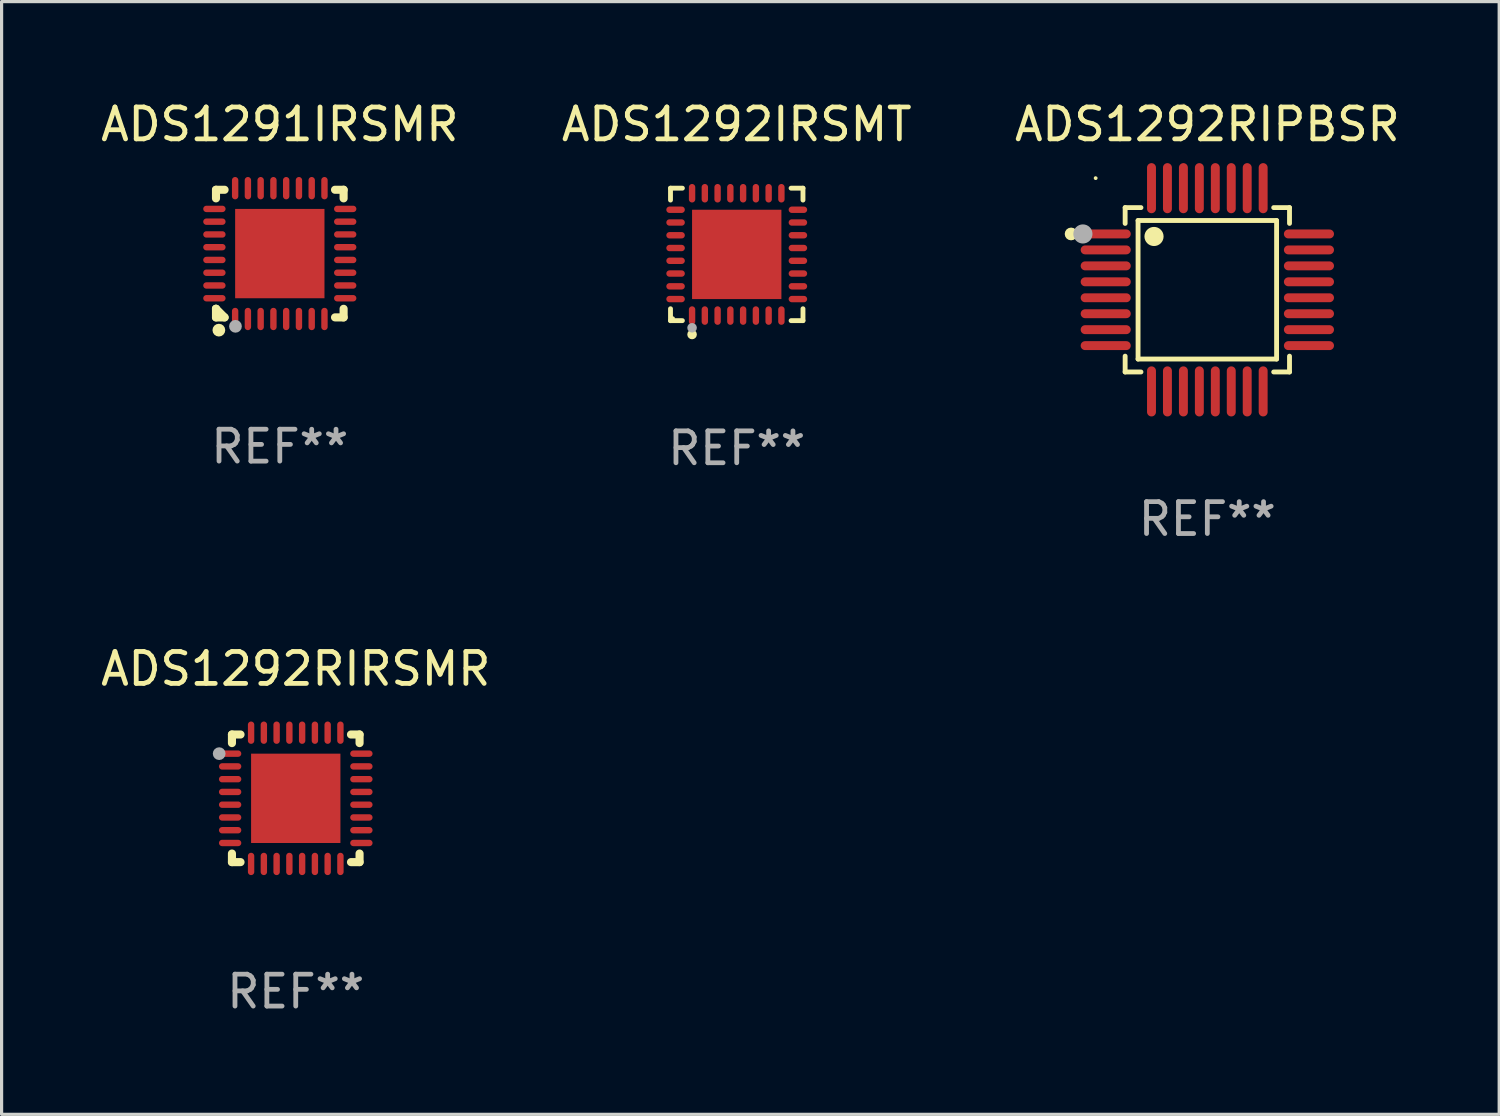
<source format=kicad_pcb>
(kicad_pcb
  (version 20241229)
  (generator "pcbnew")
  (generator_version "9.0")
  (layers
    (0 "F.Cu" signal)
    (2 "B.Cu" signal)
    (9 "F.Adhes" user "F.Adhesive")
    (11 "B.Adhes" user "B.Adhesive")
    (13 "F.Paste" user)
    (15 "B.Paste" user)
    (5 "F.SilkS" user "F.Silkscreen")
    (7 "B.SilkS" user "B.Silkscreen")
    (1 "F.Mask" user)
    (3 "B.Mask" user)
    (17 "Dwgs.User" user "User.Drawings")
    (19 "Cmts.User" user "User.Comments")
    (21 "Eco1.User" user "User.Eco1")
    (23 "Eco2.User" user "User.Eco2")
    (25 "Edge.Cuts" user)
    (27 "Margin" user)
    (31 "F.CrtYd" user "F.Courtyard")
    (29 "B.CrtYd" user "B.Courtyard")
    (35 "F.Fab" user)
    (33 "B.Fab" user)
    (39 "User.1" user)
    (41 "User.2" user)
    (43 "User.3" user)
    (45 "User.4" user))
  (footprint "ADS1291IRSMR"
    (layer "F.Cu")
    (at 5.72 4.898)
    (property "Reference" "ADS1291IRSMR" (at 0 -4.05 0) (layer "F.SilkS") (effects (font (size 1 1) (thickness 0.15))))
    (attr through_hole)
    (fp_line (start -2 -2) (end -1.731 -2) (stroke (width 0.254) (type solid)) (layer "F.SilkS"))
    (fp_line (start -2 -1.731) (end -2 -2) (stroke (width 0.254) (type solid)) (layer "F.SilkS"))
    (fp_line (start -2 1.731) (end -2 1.731) (stroke (width 0.254) (type solid)) (layer "F.SilkS"))
    (fp_line (start -2 2) (end -2 1.731) (stroke (width 0.254) (type solid)) (layer "F.SilkS"))
    (fp_line (start -2 1.731) (end -1.731 2) (stroke (width 0.254) (type solid)) (layer "F.SilkS"))
    (fp_line (start -1.731 2) (end -2 2) (stroke (width 0.254) (type solid)) (layer "F.SilkS"))
    (fp_line (start 1.731 -2) (end 2 -2) (stroke (width 0.254) (type solid)) (layer "F.SilkS"))
    (fp_line (start 2 -2) (end 2 -1.731) (stroke (width 0.254) (type solid)) (layer "F.SilkS"))
    (fp_line (start 2 1.731) (end 2 2) (stroke (width 0.254) (type solid)) (layer "F.SilkS"))
    (fp_line (start 2 2) (end 1.731 2) (stroke (width 0.254) (type solid)) (layer "F.SilkS"))
    (fp_circle (center -2 2) (end -1.97 2) (stroke (width 0.06) (type solid)) (fill no) (layer "F.SilkS"))
    (fp_circle (center -1.91 2.4) (end -1.81 2.4) (stroke (width 0.2) (type solid)) (fill no) (layer "F.SilkS"))
    (fp_circle (center -1.39 2.28) (end -1.29 2.28) (stroke (width 0.2) (type solid)) (fill no) (layer "F.Fab"))
    (fp_text user "REF**" (at 0 6.05 0) (layer "F.Fab") (effects (font (size 1 1) (thickness 0.15))))
    (pad "1" smd oval (at -1.4 2.05) (size 0.2 0.7) (layers "F.Cu" "F.Mask" "F.Paste"))
    (pad "2" smd oval (at -1 2.05) (size 0.2 0.7) (layers "F.Cu" "F.Mask" "F.Paste"))
    (pad "3" smd oval (at -0.6 2.05) (size 0.2 0.7) (layers "F.Cu" "F.Mask" "F.Paste"))
    (pad "4" smd oval (at -0.2 2.05) (size 0.2 0.7) (layers "F.Cu" "F.Mask" "F.Paste"))
    (pad "5" smd oval (at 0.2 2.05) (size 0.2 0.7) (layers "F.Cu" "F.Mask" "F.Paste"))
    (pad "6" smd oval (at 0.6 2.05) (size 0.2 0.7) (layers "F.Cu" "F.Mask" "F.Paste"))
    (pad "7" smd oval (at 1 2.05) (size 0.2 0.7) (layers "F.Cu" "F.Mask" "F.Paste"))
    (pad "8" smd oval (at 1.4 2.05) (size 0.2 0.7) (layers "F.Cu" "F.Mask" "F.Paste"))
    (pad "9" smd oval (at 2.05 1.4) (size 0.7 0.2) (layers "F.Cu" "F.Mask" "F.Paste"))
    (pad "10" smd oval (at 2.05 1) (size 0.7 0.2) (layers "F.Cu" "F.Mask" "F.Paste"))
    (pad "11" smd oval (at 2.05 0.6) (size 0.7 0.2) (layers "F.Cu" "F.Mask" "F.Paste"))
    (pad "12" smd oval (at 2.05 0.2) (size 0.7 0.2) (layers "F.Cu" "F.Mask" "F.Paste"))
    (pad "13" smd oval (at 2.05 -0.2) (size 0.7 0.2) (layers "F.Cu" "F.Mask" "F.Paste"))
    (pad "14" smd oval (at 2.05 -0.6) (size 0.7 0.2) (layers "F.Cu" "F.Mask" "F.Paste"))
    (pad "15" smd oval (at 2.05 -1) (size 0.7 0.2) (layers "F.Cu" "F.Mask" "F.Paste"))
    (pad "16" smd oval (at 2.05 -1.4) (size 0.7 0.2) (layers "F.Cu" "F.Mask" "F.Paste"))
    (pad "17" smd oval (at 1.4 -2.05) (size 0.2 0.7) (layers "F.Cu" "F.Mask" "F.Paste"))
    (pad "18" smd oval (at 1 -2.05) (size 0.2 0.7) (layers "F.Cu" "F.Mask" "F.Paste"))
    (pad "19" smd oval (at 0.6 -2.05) (size 0.2 0.7) (layers "F.Cu" "F.Mask" "F.Paste"))
    (pad "20" smd oval (at 0.2 -2.05) (size 0.2 0.7) (layers "F.Cu" "F.Mask" "F.Paste"))
    (pad "21" smd oval (at -0.2 -2.05) (size 0.2 0.7) (layers "F.Cu" "F.Mask" "F.Paste"))
    (pad "22" smd oval (at -0.6 -2.05) (size 0.2 0.7) (layers "F.Cu" "F.Mask" "F.Paste"))
    (pad "23" smd oval (at -1 -2.05) (size 0.2 0.7) (layers "F.Cu" "F.Mask" "F.Paste"))
    (pad "24" smd oval (at -1.4 -2.05) (size 0.2 0.7) (layers "F.Cu" "F.Mask" "F.Paste"))
    (pad "25" smd oval (at -2.05 -1.4) (size 0.7 0.2) (layers "F.Cu" "F.Mask" "F.Paste"))
    (pad "26" smd oval (at -2.05 -1) (size 0.7 0.2) (layers "F.Cu" "F.Mask" "F.Paste"))
    (pad "27" smd oval (at -2.05 -0.6) (size 0.7 0.2) (layers "F.Cu" "F.Mask" "F.Paste"))
    (pad "28" smd oval (at -2.05 -0.2) (size 0.7 0.2) (layers "F.Cu" "F.Mask" "F.Paste"))
    (pad "29" smd oval (at -2.05 0.2) (size 0.7 0.2) (layers "F.Cu" "F.Mask" "F.Paste"))
    (pad "30" smd oval (at -2.05 0.6) (size 0.7 0.2) (layers "F.Cu" "F.Mask" "F.Paste"))
    (pad "31" smd oval (at -2.05 1) (size 0.7 0.2) (layers "F.Cu" "F.Mask" "F.Paste"))
    (pad "32" smd oval (at -2.05 1.4) (size 0.7 0.2) (layers "F.Cu" "F.Mask" "F.Paste"))
    (pad "33" smd rect (at 0.000254 0.000254) (size 2.8 2.8) (layers "F.Cu" "F.Mask" "F.Paste")))
  (footprint "ADS1292IRSMT"
    (layer "F.Cu")
    (at 20.042 4.924)
    (property "Reference" "ADS1292IRSMT" (at 0 -4.076 0) (layer "F.SilkS") (effects (font (size 1 1) (thickness 0.15))))
    (attr through_hole)
    (fp_line (start -2.076 -2.076) (end -1.703 -2.076) (stroke (width 0.152) (type solid)) (layer "F.SilkS"))
    (fp_line (start -2.076 -1.703) (end -2.076 -2.076) (stroke (width 0.152) (type solid)) (layer "F.SilkS"))
    (fp_line (start -2.076 1.703) (end -2.076 2.076) (stroke (width 0.152) (type solid)) (layer "F.SilkS"))
    (fp_line (start -2.076 2.076) (end -1.703 2.076) (stroke (width 0.152) (type solid)) (layer "F.SilkS"))
    (fp_line (start 2.076 -2.076) (end 1.703 -2.076) (stroke (width 0.152) (type solid)) (layer "F.SilkS"))
    (fp_line (start 2.076 -1.703) (end 2.076 -2.076) (stroke (width 0.152) (type solid)) (layer "F.SilkS"))
    (fp_line (start 2.076 1.703) (end 2.076 2.076) (stroke (width 0.152) (type solid)) (layer "F.SilkS"))
    (fp_line (start 2.076 2.076) (end 1.703 2.076) (stroke (width 0.152) (type solid)) (layer "F.SilkS"))
    (fp_circle (center -2 2) (end -1.97 2) (stroke (width 0.06) (type solid)) (fill no) (layer "F.SilkS"))
    (fp_circle (center -1.4 2.51) (end -1.325 2.51) (stroke (width 0.15) (type solid)) (fill no) (layer "F.SilkS"))
    (fp_circle (center -1.4 2.3) (end -1.325 2.3) (stroke (width 0.15) (type solid)) (fill no) (layer "F.Fab"))
    (fp_text user "REF**" (at 0 6.076 0) (layer "F.Fab") (effects (font (size 1 1) (thickness 0.15))))
    (pad "1" smd oval (at -1.4 1.917) (size 0.2 0.58) (layers "F.Cu" "F.Mask" "F.Paste"))
    (pad "2" smd oval (at -1 1.917) (size 0.2 0.58) (layers "F.Cu" "F.Mask" "F.Paste"))
    (pad "3" smd oval (at -0.6 1.917) (size 0.2 0.58) (layers "F.Cu" "F.Mask" "F.Paste"))
    (pad "4" smd oval (at -0.2 1.917) (size 0.2 0.58) (layers "F.Cu" "F.Mask" "F.Paste"))
    (pad "5" smd oval (at 0.2 1.917) (size 0.2 0.58) (layers "F.Cu" "F.Mask" "F.Paste"))
    (pad "6" smd oval (at 0.6 1.917) (size 0.2 0.58) (layers "F.Cu" "F.Mask" "F.Paste"))
    (pad "7" smd oval (at 1 1.917) (size 0.2 0.58) (layers "F.Cu" "F.Mask" "F.Paste"))
    (pad "8" smd oval (at 1.4 1.917) (size 0.2 0.58) (layers "F.Cu" "F.Mask" "F.Paste"))
    (pad "9" smd oval (at 1.917 1.4) (size 0.58 0.2) (layers "F.Cu" "F.Mask" "F.Paste"))
    (pad "10" smd oval (at 1.917 1) (size 0.58 0.2) (layers "F.Cu" "F.Mask" "F.Paste"))
    (pad "11" smd oval (at 1.917 0.6) (size 0.58 0.2) (layers "F.Cu" "F.Mask" "F.Paste"))
    (pad "12" smd oval (at 1.917 0.2) (size 0.58 0.2) (layers "F.Cu" "F.Mask" "F.Paste"))
    (pad "13" smd oval (at 1.917 -0.2) (size 0.58 0.2) (layers "F.Cu" "F.Mask" "F.Paste"))
    (pad "14" smd oval (at 1.917 -0.6) (size 0.58 0.2) (layers "F.Cu" "F.Mask" "F.Paste"))
    (pad "15" smd oval (at 1.917 -1) (size 0.58 0.2) (layers "F.Cu" "F.Mask" "F.Paste"))
    (pad "16" smd oval (at 1.917 -1.4) (size 0.58 0.2) (layers "F.Cu" "F.Mask" "F.Paste"))
    (pad "17" smd oval (at 1.4 -1.917) (size 0.2 0.58) (layers "F.Cu" "F.Mask" "F.Paste"))
    (pad "18" smd oval (at 1 -1.917) (size 0.2 0.58) (layers "F.Cu" "F.Mask" "F.Paste"))
    (pad "19" smd oval (at 0.6 -1.917) (size 0.2 0.58) (layers "F.Cu" "F.Mask" "F.Paste"))
    (pad "20" smd oval (at 0.2 -1.917) (size 0.2 0.58) (layers "F.Cu" "F.Mask" "F.Paste"))
    (pad "21" smd oval (at -0.2 -1.917) (size 0.2 0.58) (layers "F.Cu" "F.Mask" "F.Paste"))
    (pad "22" smd oval (at -0.6 -1.917) (size 0.2 0.58) (layers "F.Cu" "F.Mask" "F.Paste"))
    (pad "23" smd oval (at -1 -1.917) (size 0.2 0.58) (layers "F.Cu" "F.Mask" "F.Paste"))
    (pad "24" smd oval (at -1.4 -1.917) (size 0.2 0.58) (layers "F.Cu" "F.Mask" "F.Paste"))
    (pad "25" smd oval (at -1.917 -1.4) (size 0.58 0.2) (layers "F.Cu" "F.Mask" "F.Paste"))
    (pad "26" smd oval (at -1.917 -1) (size 0.58 0.2) (layers "F.Cu" "F.Mask" "F.Paste"))
    (pad "27" smd oval (at -1.917 -0.6) (size 0.58 0.2) (layers "F.Cu" "F.Mask" "F.Paste"))
    (pad "28" smd oval (at -1.917 -0.2) (size 0.58 0.2) (layers "F.Cu" "F.Mask" "F.Paste"))
    (pad "29" smd oval (at -1.917 0.2) (size 0.58 0.2) (layers "F.Cu" "F.Mask" "F.Paste"))
    (pad "30" smd oval (at -1.917 0.6) (size 0.58 0.2) (layers "F.Cu" "F.Mask" "F.Paste"))
    (pad "31" smd oval (at -1.917 1) (size 0.58 0.2) (layers "F.Cu" "F.Mask" "F.Paste"))
    (pad "32" smd oval (at -1.917 1.4) (size 0.58 0.2) (layers "F.Cu" "F.Mask" "F.Paste"))
    (pad "33" smd rect (at 0 0) (size 2.8 2.8) (layers "F.Cu" "F.Mask" "F.Paste")))
  (footprint "ADS1292RIRSMR"
    (layer "F.Cu")
    (at 6.22 21.972)
    (property "Reference" "ADS1292RIRSMR" (at 0 -4.057 0) (layer "F.SilkS") (effects (font (size 1 1) (thickness 0.15))))
    (attr through_hole)
    (fp_line (start -2 -2) (end -1.731 -2) (stroke (width 0.254) (type solid)) (layer "F.SilkS"))
    (fp_line (start -2 -1.731) (end -2 -2) (stroke (width 0.254) (type solid)) (layer "F.SilkS"))
    (fp_line (start -2 2) (end -2 1.731) (stroke (width 0.254) (type solid)) (layer "F.SilkS"))
    (fp_line (start -1.731 2) (end -2 2) (stroke (width 0.254) (type solid)) (layer "F.SilkS"))
    (fp_line (start 1.731 -2) (end 2 -2) (stroke (width 0.254) (type solid)) (layer "F.SilkS"))
    (fp_line (start 2 -2) (end 2 -1.731) (stroke (width 0.254) (type solid)) (layer "F.SilkS"))
    (fp_line (start 2 1.731) (end 2 2) (stroke (width 0.254) (type solid)) (layer "F.SilkS"))
    (fp_line (start 2 2) (end 1.731 2) (stroke (width 0.254) (type solid)) (layer "F.SilkS"))
    (fp_circle (center -2 -2) (end -1.97 -2) (stroke (width 0.06) (type solid)) (fill no) (layer "F.SilkS"))
    (fp_circle (center -2.4 -1.4) (end -2.3 -1.4) (stroke (width 0.2) (type solid)) (fill no) (layer "F.Fab"))
    (fp_text user "REF**" (at 0 6.057 0) (layer "F.Fab") (effects (font (size 1 1) (thickness 0.15))))
    (pad "1" smd oval (at -2.057 -1.4 270) (size 0.2 0.7) (layers "F.Cu" "F.Mask" "F.Paste"))
    (pad "2" smd oval (at -2.057 -1 270) (size 0.2 0.7) (layers "F.Cu" "F.Mask" "F.Paste"))
    (pad "3" smd oval (at -2.057 -0.6 270) (size 0.2 0.7) (layers "F.Cu" "F.Mask" "F.Paste"))
    (pad "4" smd oval (at -2.057 -0.2 270) (size 0.2 0.7) (layers "F.Cu" "F.Mask" "F.Paste"))
    (pad "5" smd oval (at -2.057 0.2 270) (size 0.2 0.7) (layers "F.Cu" "F.Mask" "F.Paste"))
    (pad "6" smd oval (at -2.057 0.6 270) (size 0.2 0.7) (layers "F.Cu" "F.Mask" "F.Paste"))
    (pad "7" smd oval (at -2.057 1 270) (size 0.2 0.7) (layers "F.Cu" "F.Mask" "F.Paste"))
    (pad "8" smd oval (at -2.057 1.4 270) (size 0.2 0.7) (layers "F.Cu" "F.Mask" "F.Paste"))
    (pad "9" smd oval (at -1.4 2.057 180) (size 0.2 0.7) (layers "F.Cu" "F.Mask" "F.Paste"))
    (pad "10" smd oval (at -1 2.057 180) (size 0.2 0.7) (layers "F.Cu" "F.Mask" "F.Paste"))
    (pad "11" smd oval (at -0.6 2.057 180) (size 0.2 0.7) (layers "F.Cu" "F.Mask" "F.Paste"))
    (pad "12" smd oval (at -0.2 2.057 180) (size 0.2 0.7) (layers "F.Cu" "F.Mask" "F.Paste"))
    (pad "13" smd oval (at 0.2 2.057 180) (size 0.2 0.7) (layers "F.Cu" "F.Mask" "F.Paste"))
    (pad "14" smd oval (at 0.6 2.057 180) (size 0.2 0.7) (layers "F.Cu" "F.Mask" "F.Paste"))
    (pad "15" smd oval (at 1 2.057 180) (size 0.2 0.7) (layers "F.Cu" "F.Mask" "F.Paste"))
    (pad "16" smd oval (at 1.4 2.057 180) (size 0.2 0.7) (layers "F.Cu" "F.Mask" "F.Paste"))
    (pad "17" smd oval (at 2.057 1.4 270) (size 0.2 0.7) (layers "F.Cu" "F.Mask" "F.Paste"))
    (pad "18" smd oval (at 2.057 1 270) (size 0.2 0.7) (layers "F.Cu" "F.Mask" "F.Paste"))
    (pad "19" smd oval (at 2.057 0.6 270) (size 0.2 0.7) (layers "F.Cu" "F.Mask" "F.Paste"))
    (pad "20" smd oval (at 2.057 0.2 270) (size 0.2 0.7) (layers "F.Cu" "F.Mask" "F.Paste"))
    (pad "21" smd oval (at 2.057 -0.2 270) (size 0.2 0.7) (layers "F.Cu" "F.Mask" "F.Paste"))
    (pad "22" smd oval (at 2.057 -0.6 270) (size 0.2 0.7) (layers "F.Cu" "F.Mask" "F.Paste"))
    (pad "23" smd oval (at 2.057 -1 270) (size 0.2 0.7) (layers "F.Cu" "F.Mask" "F.Paste"))
    (pad "24" smd oval (at 2.057 -1.4 270) (size 0.2 0.7) (layers "F.Cu" "F.Mask" "F.Paste"))
    (pad "25" smd oval (at 1.4 -2.057) (size 0.2 0.7) (layers "F.Cu" "F.Mask" "F.Paste"))
    (pad "26" smd oval (at 1 -2.057) (size 0.2 0.7) (layers "F.Cu" "F.Mask" "F.Paste"))
    (pad "27" smd oval (at 0.6 -2.057) (size 0.2 0.7) (layers "F.Cu" "F.Mask" "F.Paste"))
    (pad "28" smd oval (at 0.2 -2.057) (size 0.2 0.7) (layers "F.Cu" "F.Mask" "F.Paste"))
    (pad "29" smd oval (at -0.2 -2.057) (size 0.2 0.7) (layers "F.Cu" "F.Mask" "F.Paste"))
    (pad "30" smd oval (at -0.6 -2.057) (size 0.2 0.7) (layers "F.Cu" "F.Mask" "F.Paste"))
    (pad "31" smd oval (at -1 -2.057) (size 0.2 0.7) (layers "F.Cu" "F.Mask" "F.Paste"))
    (pad "32" smd oval (at -1.4 -2.057) (size 0.2 0.7) (layers "F.Cu" "F.Mask" "F.Paste"))
    (pad "33" smd rect (at 0 0.000381 180) (size 2.8 2.8) (layers "F.Cu" "F.Mask" "F.Paste")))
  (footprint "ADS1292RIPBSR"
    (layer "F.Cu")
    (at 34.792 6.033)
    (property "Reference" "ADS1292RIPBSR" (at 0 -5.185 0) (layer "F.SilkS") (effects (font (size 1 1) (thickness 0.15))))
    (attr through_hole)
    (fp_line (start -2.576 -2.576) (end -2.576 -2.08) (stroke (width 0.152) (type solid)) (layer "F.SilkS"))
    (fp_line (start -2.576 2.576) (end -2.576 2.08) (stroke (width 0.152) (type solid)) (layer "F.SilkS"))
    (fp_line (start -2.171 -2.171) (end 2.171 -2.171) (stroke (width 0.152) (type solid)) (layer "F.SilkS"))
    (fp_line (start -2.171 2.171) (end -2.171 -2.171) (stroke (width 0.152) (type solid)) (layer "F.SilkS"))
    (fp_line (start -2.08 -2.576) (end -2.576 -2.576) (stroke (width 0.152) (type solid)) (layer "F.SilkS"))
    (fp_line (start -2.08 2.576) (end -2.576 2.576) (stroke (width 0.152) (type solid)) (layer "F.SilkS"))
    (fp_line (start 2.08 -2.576) (end 2.576 -2.576) (stroke (width 0.152) (type solid)) (layer "F.SilkS"))
    (fp_line (start 2.08 2.576) (end 2.576 2.576) (stroke (width 0.152) (type solid)) (layer "F.SilkS"))
    (fp_line (start 2.171 -2.171) (end 2.171 2.171) (stroke (width 0.152) (type solid)) (layer "F.SilkS"))
    (fp_line (start 2.171 2.171) (end -2.171 2.171) (stroke (width 0.152) (type solid)) (layer "F.SilkS"))
    (fp_line (start 2.576 -2.576) (end 2.576 -2.08) (stroke (width 0.152) (type solid)) (layer "F.SilkS"))
    (fp_line (start 2.576 2.576) (end 2.576 2.08) (stroke (width 0.152) (type solid)) (layer "F.SilkS"))
    (fp_circle (center -4.27 -1.75) (end -4.17 -1.75) (stroke (width 0.2) (type solid)) (fill no) (layer "F.SilkS"))
    (fp_circle (center -3.5 -3.5) (end -3.47 -3.5) (stroke (width 0.06) (type solid)) (fill no) (layer "F.SilkS"))
    (fp_circle (center -1.671 -1.671) (end -1.521 -1.671) (stroke (width 0.3) (type solid)) (fill no) (layer "F.SilkS"))
    (fp_circle (center -3.9 -1.75) (end -3.75 -1.75) (stroke (width 0.3) (type solid)) (fill no) (layer "F.Fab"))
    (fp_text user "REF**" (at 0 7.185 0) (layer "F.Fab") (effects (font (size 1 1) (thickness 0.15))))
    (pad "1" smd oval (at -3.185 -1.75 270) (size 0.28 1.57) (layers "F.Cu" "F.Mask" "F.Paste"))
    (pad "2" smd oval (at -3.185 -1.25 270) (size 0.28 1.57) (layers "F.Cu" "F.Mask" "F.Paste"))
    (pad "3" smd oval (at -3.185 -0.75 270) (size 0.28 1.57) (layers "F.Cu" "F.Mask" "F.Paste"))
    (pad "4" smd oval (at -3.185 -0.25 270) (size 0.28 1.57) (layers "F.Cu" "F.Mask" "F.Paste"))
    (pad "5" smd oval (at -3.185 0.25 270) (size 0.28 1.57) (layers "F.Cu" "F.Mask" "F.Paste"))
    (pad "6" smd oval (at -3.185 0.75 270) (size 0.28 1.57) (layers "F.Cu" "F.Mask" "F.Paste"))
    (pad "7" smd oval (at -3.185 1.25 270) (size 0.28 1.57) (layers "F.Cu" "F.Mask" "F.Paste"))
    (pad "8" smd oval (at -3.185 1.75 270) (size 0.28 1.57) (layers "F.Cu" "F.Mask" "F.Paste"))
    (pad "9" smd oval (at -1.75 3.185 270) (size 1.57 0.28) (layers "F.Cu" "F.Mask" "F.Paste"))
    (pad "10" smd oval (at -1.25 3.185 270) (size 1.57 0.28) (layers "F.Cu" "F.Mask" "F.Paste"))
    (pad "11" smd oval (at -0.75 3.185 270) (size 1.57 0.28) (layers "F.Cu" "F.Mask" "F.Paste"))
    (pad "12" smd oval (at -0.25 3.185 270) (size 1.57 0.28) (layers "F.Cu" "F.Mask" "F.Paste"))
    (pad "13" smd oval (at 0.25 3.185 270) (size 1.57 0.28) (layers "F.Cu" "F.Mask" "F.Paste"))
    (pad "14" smd oval (at 0.75 3.185 270) (size 1.57 0.28) (layers "F.Cu" "F.Mask" "F.Paste"))
    (pad "15" smd oval (at 1.25 3.185 270) (size 1.57 0.28) (layers "F.Cu" "F.Mask" "F.Paste"))
    (pad "16" smd oval (at 1.75 3.185 270) (size 1.57 0.28) (layers "F.Cu" "F.Mask" "F.Paste"))
    (pad "17" smd oval (at 3.185 1.75 270) (size 0.28 1.57) (layers "F.Cu" "F.Mask" "F.Paste"))
    (pad "18" smd oval (at 3.185 1.25 270) (size 0.28 1.57) (layers "F.Cu" "F.Mask" "F.Paste"))
    (pad "19" smd oval (at 3.185 0.75 270) (size 0.28 1.57) (layers "F.Cu" "F.Mask" "F.Paste"))
    (pad "20" smd oval (at 3.185 0.25 270) (size 0.28 1.57) (layers "F.Cu" "F.Mask" "F.Paste"))
    (pad "21" smd oval (at 3.185 -0.25 270) (size 0.28 1.57) (layers "F.Cu" "F.Mask" "F.Paste"))
    (pad "22" smd oval (at 3.185 -0.75 270) (size 0.28 1.57) (layers "F.Cu" "F.Mask" "F.Paste"))
    (pad "23" smd oval (at 3.185 -1.25 270) (size 0.28 1.57) (layers "F.Cu" "F.Mask" "F.Paste"))
    (pad "24" smd oval (at 3.185 -1.75 270) (size 0.28 1.57) (layers "F.Cu" "F.Mask" "F.Paste"))
    (pad "25" smd oval (at 1.75 -3.185 270) (size 1.57 0.28) (layers "F.Cu" "F.Mask" "F.Paste"))
    (pad "26" smd oval (at 1.25 -3.185 270) (size 1.57 0.28) (layers "F.Cu" "F.Mask" "F.Paste"))
    (pad "27" smd oval (at 0.75 -3.185 270) (size 1.57 0.28) (layers "F.Cu" "F.Mask" "F.Paste"))
    (pad "28" smd oval (at 0.25 -3.185 270) (size 1.57 0.28) (layers "F.Cu" "F.Mask" "F.Paste"))
    (pad "29" smd oval (at -0.25 -3.185 270) (size 1.57 0.28) (layers "F.Cu" "F.Mask" "F.Paste"))
    (pad "30" smd oval (at -0.75 -3.185 270) (size 1.57 0.28) (layers "F.Cu" "F.Mask" "F.Paste"))
    (pad "31" smd oval (at -1.25 -3.185 270) (size 1.57 0.28) (layers "F.Cu" "F.Mask" "F.Paste"))
    (pad "32" smd oval (at -1.75 -3.185 270) (size 1.57 0.28) (layers "F.Cu" "F.Mask" "F.Paste")))
  (gr_rect
    (start -3 -3)
    (end 43.94 31.877)
    (stroke (width 0.1) (type default))
    (fill no)
    (layer "Edge.Cuts")))
</source>
